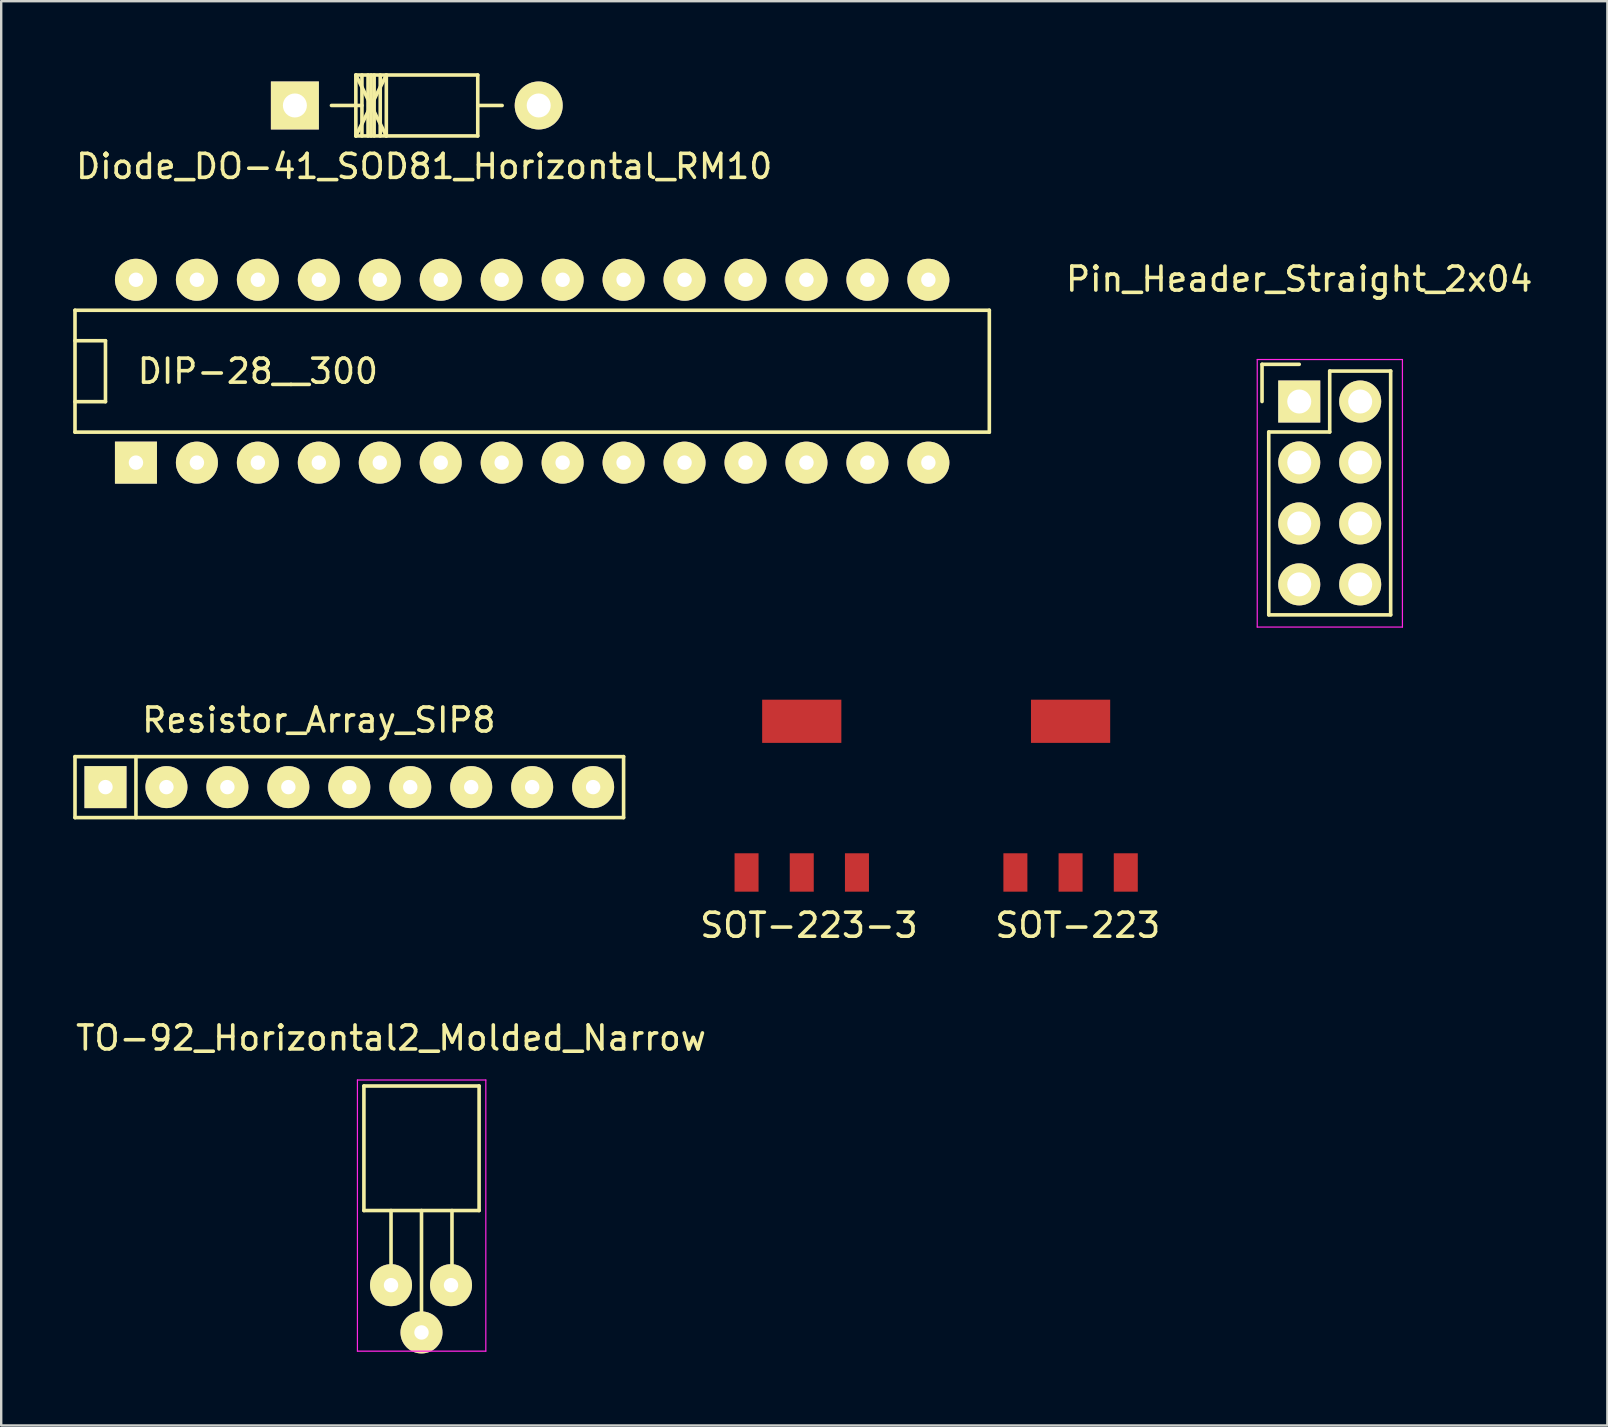
<source format=kicad_pcb>
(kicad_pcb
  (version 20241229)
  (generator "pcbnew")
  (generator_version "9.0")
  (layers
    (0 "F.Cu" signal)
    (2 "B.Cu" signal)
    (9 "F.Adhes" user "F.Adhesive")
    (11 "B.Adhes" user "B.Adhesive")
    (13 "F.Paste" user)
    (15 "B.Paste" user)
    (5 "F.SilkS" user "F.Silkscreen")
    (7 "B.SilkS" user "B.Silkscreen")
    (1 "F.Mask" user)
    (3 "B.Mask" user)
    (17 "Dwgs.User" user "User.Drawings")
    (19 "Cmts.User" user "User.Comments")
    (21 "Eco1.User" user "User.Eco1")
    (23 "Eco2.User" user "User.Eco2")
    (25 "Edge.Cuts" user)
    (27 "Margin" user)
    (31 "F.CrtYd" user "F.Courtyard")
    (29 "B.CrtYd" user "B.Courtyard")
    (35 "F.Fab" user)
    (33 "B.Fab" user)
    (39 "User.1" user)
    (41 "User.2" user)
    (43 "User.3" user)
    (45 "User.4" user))
  (footprint "Resistor_Array_SIP8"
    (layer "F.Cu")
    (at 11.505 29.749)
    (property "Reference" "Resistor_Array_SIP8" (at -1.27 -2.794 0) (layer "F.SilkS") (effects (font (size 1 1) (thickness 0.15))))
    (attr through_hole)
    (fp_line (start -11.43 1.27) (end -11.43 -1.27) (stroke (width 0.15) (type solid)) (layer "F.SilkS"))
    (fp_line (start -8.89 -1.27) (end -8.89 1.27) (stroke (width 0.15) (type solid)) (layer "F.SilkS"))
    (fp_line (start 11.43 -1.27) (end -11.43 -1.27) (stroke (width 0.15) (type solid)) (layer "F.SilkS"))
    (fp_line (start 11.43 -1.27) (end 11.43 1.27) (stroke (width 0.15) (type solid)) (layer "F.SilkS"))
    (fp_line (start 11.43 1.27) (end -11.43 1.27) (stroke (width 0.15) (type solid)) (layer "F.SilkS"))
    (pad "1" thru_hole rect (at -10.16 0) (size 1.75 1.75) (drill 0.6) (layers "*.Cu" "*.Mask" "F.SilkS"))
    (pad "2" thru_hole circle (at -7.62 0) (size 1.75 1.75) (drill 0.6) (layers "*.Cu" "*.Mask" "F.SilkS"))
    (pad "3" thru_hole circle (at -5.08 0) (size 1.75 1.75) (drill 0.6) (layers "*.Cu" "*.Mask" "F.SilkS"))
    (pad "4" thru_hole circle (at -2.54 0) (size 1.75 1.75) (drill 0.6) (layers "*.Cu" "*.Mask" "F.SilkS"))
    (pad "5" thru_hole circle (at 0 0) (size 1.75 1.75) (drill 0.6) (layers "*.Cu" "*.Mask" "F.SilkS"))
    (pad "6" thru_hole circle (at 2.54 0) (size 1.75 1.75) (drill 0.6) (layers "*.Cu" "*.Mask" "F.SilkS"))
    (pad "7" thru_hole circle (at 5.08 0) (size 1.75 1.75) (drill 0.6) (layers "*.Cu" "*.Mask" "F.SilkS"))
    (pad "8" thru_hole circle (at 7.62 0) (size 1.75 1.75) (drill 0.6) (layers "*.Cu" "*.Mask" "F.SilkS"))
    (pad "9" thru_hole circle (at 10.16 0) (size 1.75 1.75) (drill 0.6) (layers "*.Cu" "*.Mask" "F.SilkS")))
  (footprint "SOT-223-3"
    (layer "F.Cu")
    (at 30.359 30.206)
    (property "Reference" "SOT-223-3" (at 0.3 5.3 0) (layer "F.SilkS") (effects (font (size 1 1) (thickness 0.15))))
    (attr through_hole)
    (pad "D" smd rect (at 0 -3.2) (size 3.3 1.8) (layers "F.Cu" "F.Mask" "F.Paste"))
    (pad "D" smd rect (at 0 3.1) (size 1 1.6) (layers "F.Cu" "F.Mask" "F.Paste"))
    (pad "G" smd rect (at -2.3 3.1) (size 1 1.6) (layers "F.Cu" "F.Mask" "F.Paste"))
    (pad "S" smd rect (at 2.3 3.1) (size 1 1.6) (layers "F.Cu" "F.Mask" "F.Paste")))
  (footprint "Diode_DO-41_SOD81_Horizontal_RM10"
    (layer "F.Cu")
    (at 9.238 1.348)
    (property "Reference" "Diode_DO-41_SOD81_Horizontal_RM10" (at 5.387 2.537 0) (layer "F.SilkS") (effects (font (size 1 1) (thickness 0.15))))
    (attr through_hole)
    (fp_line (start 2.54 -1.273) (end 3.81 1.267) (stroke (width 0.15) (type solid)) (layer "F.SilkS"))
    (fp_line (start 2.54 -1.273) (end 7.62 -1.273) (stroke (width 0.15) (type solid)) (layer "F.SilkS"))
    (fp_line (start 2.54 1.267) (end 2.54 -1.273) (stroke (width 0.15) (type solid)) (layer "F.SilkS"))
    (fp_line (start 2.794 -1.273) (end 2.794 1.267) (stroke (width 0.15) (type solid)) (layer "F.SilkS"))
    (fp_line (start 2.794 -0.003) (end 1.524 -0.003) (stroke (width 0.15) (type solid)) (layer "F.SilkS"))
    (fp_line (start 3.048 -1.273) (end 3.048 1.267) (stroke (width 0.15) (type solid)) (layer "F.SilkS"))
    (fp_line (start 3.175 -1.273) (end 3.175 1.267) (stroke (width 0.15) (type solid)) (layer "F.SilkS"))
    (fp_line (start 3.302 -1.273) (end 3.302 1.267) (stroke (width 0.15) (type solid)) (layer "F.SilkS"))
    (fp_line (start 3.556 -1.273) (end 3.556 1.267) (stroke (width 0.15) (type solid)) (layer "F.SilkS"))
    (fp_line (start 3.81 -1.273) (end 2.54 1.267) (stroke (width 0.15) (type solid)) (layer "F.SilkS"))
    (fp_line (start 3.81 -1.273) (end 3.81 1.267) (stroke (width 0.15) (type solid)) (layer "F.SilkS"))
    (fp_line (start 7.62 -1.273) (end 7.62 1.267) (stroke (width 0.15) (type solid)) (layer "F.SilkS"))
    (fp_line (start 7.62 -0.003) (end 8.636 -0.003) (stroke (width 0.15) (type solid)) (layer "F.SilkS"))
    (fp_line (start 7.62 1.267) (end 2.54 1.267) (stroke (width 0.15) (type solid)) (layer "F.SilkS"))
    (pad "1" thru_hole rect (at 0 -0.003 180) (size 1.999 1.999) (drill 1) (layers "*.Cu" "*.Mask" "F.SilkS"))
    (pad "2" thru_hole circle (at 10.16 -0.003 180) (size 1.999 1.999) (drill 1) (layers "*.Cu" "*.Mask" "F.SilkS")))
  (footprint "DIP-28__300"
    (layer "F.Cu")
    (at 19.125 12.418)
    (property "Reference" "DIP-28__300" (at -11.43 0 0) (layer "F.SilkS") (effects (font (size 1 1) (thickness 0.15))))
    (attr through_hole)
    (fp_line (start -19.05 -2.54) (end 19.05 -2.54) (stroke (width 0.15) (type solid)) (layer "F.SilkS"))
    (fp_line (start -19.05 -1.27) (end -17.78 -1.27) (stroke (width 0.15) (type solid)) (layer "F.SilkS"))
    (fp_line (start -19.05 2.54) (end -19.05 -2.54) (stroke (width 0.15) (type solid)) (layer "F.SilkS"))
    (fp_line (start -17.78 -1.27) (end -17.78 1.27) (stroke (width 0.15) (type solid)) (layer "F.SilkS"))
    (fp_line (start -17.78 1.27) (end -19.05 1.27) (stroke (width 0.15) (type solid)) (layer "F.SilkS"))
    (fp_line (start 19.05 -2.54) (end 19.05 2.54) (stroke (width 0.15) (type solid)) (layer "F.SilkS"))
    (fp_line (start 19.05 2.54) (end -19.05 2.54) (stroke (width 0.15) (type solid)) (layer "F.SilkS"))
    (pad "1" thru_hole rect (at -16.51 3.81) (size 1.75 1.75) (drill 0.6) (layers "*.Cu" "*.Mask" "F.SilkS"))
    (pad "2" thru_hole circle (at -13.97 3.81) (size 1.75 1.75) (drill 0.6) (layers "*.Cu" "*.Mask" "F.SilkS"))
    (pad "3" thru_hole circle (at -11.43 3.81) (size 1.75 1.75) (drill 0.6) (layers "*.Cu" "*.Mask" "F.SilkS"))
    (pad "4" thru_hole circle (at -8.89 3.81) (size 1.75 1.75) (drill 0.6) (layers "*.Cu" "*.Mask" "F.SilkS"))
    (pad "5" thru_hole circle (at -6.35 3.81) (size 1.75 1.75) (drill 0.6) (layers "*.Cu" "*.Mask" "F.SilkS"))
    (pad "6" thru_hole circle (at -3.81 3.81) (size 1.75 1.75) (drill 0.6) (layers "*.Cu" "*.Mask" "F.SilkS"))
    (pad "7" thru_hole circle (at -1.27 3.81) (size 1.75 1.75) (drill 0.6) (layers "*.Cu" "*.Mask" "F.SilkS"))
    (pad "8" thru_hole circle (at 1.27 3.81) (size 1.75 1.75) (drill 0.6) (layers "*.Cu" "*.Mask" "F.SilkS"))
    (pad "9" thru_hole circle (at 3.81 3.81) (size 1.75 1.75) (drill 0.6) (layers "*.Cu" "*.Mask" "F.SilkS"))
    (pad "10" thru_hole circle (at 6.35 3.81) (size 1.75 1.75) (drill 0.6) (layers "*.Cu" "*.Mask" "F.SilkS"))
    (pad "11" thru_hole circle (at 8.89 3.81) (size 1.75 1.75) (drill 0.6) (layers "*.Cu" "*.Mask" "F.SilkS"))
    (pad "12" thru_hole circle (at 11.43 3.81) (size 1.75 1.75) (drill 0.6) (layers "*.Cu" "*.Mask" "F.SilkS"))
    (pad "13" thru_hole circle (at 13.97 3.81) (size 1.75 1.75) (drill 0.6) (layers "*.Cu" "*.Mask" "F.SilkS"))
    (pad "14" thru_hole circle (at 16.51 3.81) (size 1.75 1.75) (drill 0.6) (layers "*.Cu" "*.Mask" "F.SilkS"))
    (pad "15" thru_hole circle (at 16.51 -3.81) (size 1.75 1.75) (drill 0.6) (layers "*.Cu" "*.Mask" "F.SilkS"))
    (pad "16" thru_hole circle (at 13.97 -3.81) (size 1.75 1.75) (drill 0.6) (layers "*.Cu" "*.Mask" "F.SilkS"))
    (pad "17" thru_hole circle (at 11.43 -3.81) (size 1.75 1.75) (drill 0.6) (layers "*.Cu" "*.Mask" "F.SilkS"))
    (pad "18" thru_hole circle (at 8.89 -3.81) (size 1.75 1.75) (drill 0.6) (layers "*.Cu" "*.Mask" "F.SilkS"))
    (pad "19" thru_hole circle (at 6.35 -3.81) (size 1.75 1.75) (drill 0.6) (layers "*.Cu" "*.Mask" "F.SilkS"))
    (pad "20" thru_hole circle (at 3.81 -3.81) (size 1.75 1.75) (drill 0.6) (layers "*.Cu" "*.Mask" "F.SilkS"))
    (pad "21" thru_hole circle (at 1.27 -3.81) (size 1.75 1.75) (drill 0.6) (layers "*.Cu" "*.Mask" "F.SilkS"))
    (pad "22" thru_hole circle (at -1.27 -3.81) (size 1.75 1.75) (drill 0.6) (layers "*.Cu" "*.Mask" "F.SilkS"))
    (pad "23" thru_hole circle (at -3.81 -3.81) (size 1.75 1.75) (drill 0.6) (layers "*.Cu" "*.Mask" "F.SilkS"))
    (pad "24" thru_hole circle (at -6.35 -3.81) (size 1.75 1.75) (drill 0.6) (layers "*.Cu" "*.Mask" "F.SilkS"))
    (pad "25" thru_hole circle (at -8.89 -3.81) (size 1.75 1.75) (drill 0.6) (layers "*.Cu" "*.Mask" "F.SilkS"))
    (pad "26" thru_hole circle (at -11.43 -3.81) (size 1.75 1.75) (drill 0.6) (layers "*.Cu" "*.Mask" "F.SilkS"))
    (pad "27" thru_hole circle (at -13.97 -3.81) (size 1.75 1.75) (drill 0.6) (layers "*.Cu" "*.Mask" "F.SilkS"))
    (pad "28" thru_hole circle (at -16.51 -3.81) (size 1.75 1.75) (drill 0.6) (layers "*.Cu" "*.Mask" "F.SilkS")))
  (footprint "TO-92_Horizontal2_Molded_Narrow"
    (layer "F.Cu")
    (at 13.244 51.203)
    (property "Reference" "TO-92_Horizontal2_Molded_Narrow" (at 0 -11 180) (layer "F.SilkS") (effects (font (size 1 1) (thickness 0.15))))
    (attr through_hole)
    (fp_line (start -1.13 -9) (end 3.67 -9) (stroke (width 0.15) (type solid)) (layer "F.SilkS"))
    (fp_line (start -1.13 -3.81) (end -1.13 -9) (stroke (width 0.15) (type solid)) (layer "F.SilkS"))
    (fp_line (start 0 -1.016) (end 0 -3.81) (stroke (width 0.15) (type solid)) (layer "F.SilkS"))
    (fp_line (start 1.27 0.5) (end 1.27 -3.81) (stroke (width 0.15) (type solid)) (layer "F.SilkS"))
    (fp_line (start 2.54 -1.016) (end 2.54 -3.81) (stroke (width 0.15) (type solid)) (layer "F.SilkS"))
    (fp_line (start 3.67 -9) (end 3.67 -3.81) (stroke (width 0.15) (type solid)) (layer "F.SilkS"))
    (fp_line (start 3.67 -3.81) (end -1.13 -3.81) (stroke (width 0.15) (type solid)) (layer "F.SilkS"))
    (fp_line (start -1.4 -9.25) (end -1.4 2.05) (stroke (width 0.05) (type solid)) (layer "F.CrtYd"))
    (fp_line (start 3.95 -9.25) (end -1.4 -9.25) (stroke (width 0.05) (type solid)) (layer "F.CrtYd"))
    (fp_line (start 3.95 -9.25) (end 3.95 2.05) (stroke (width 0.05) (type solid)) (layer "F.CrtYd"))
    (fp_line (start 3.95 2.05) (end -1.4 2.05) (stroke (width 0.05) (type solid)) (layer "F.CrtYd"))
    (pad "1" thru_hole circle (at 0 -0.7 270) (size 1.75 1.75) (drill 0.6) (layers "*.Cu" "*.Mask" "F.SilkS"))
    (pad "2" thru_hole circle (at 1.27 1.27 270) (size 1.75 1.75) (drill 0.6) (layers "*.Cu" "*.Mask" "F.SilkS"))
    (pad "3" thru_hole circle (at 2.5 -0.7 270) (size 1.75 1.75) (drill 0.6) (layers "*.Cu" "*.Mask" "F.SilkS")))
  (footprint "SOT-223"
    (layer "F.Cu")
    (at 41.561 30.206)
    (property "Reference" "SOT-223" (at 0.3 5.3 0) (layer "F.SilkS") (effects (font (size 1 1) (thickness 0.15))))
    (attr through_hole)
    (pad "1" smd rect (at -2.3 3.1) (size 1 1.6) (layers "F.Cu" "F.Mask" "F.Paste"))
    (pad "2" smd rect (at 0 -3.2) (size 3.3 1.8) (layers "F.Cu" "F.Mask" "F.Paste"))
    (pad "2" smd rect (at 0 3.1) (size 1 1.6) (layers "F.Cu" "F.Mask" "F.Paste"))
    (pad "3" smd rect (at 2.3 3.1) (size 1 1.6) (layers "F.Cu" "F.Mask" "F.Paste")))
  (footprint "Pin_Header_Straight_2x04"
    (layer "F.Cu")
    (at 51.089 13.681)
    (property "Reference" "Pin_Header_Straight_2x04" (at 0 -5.1 0) (layer "F.SilkS") (effects (font (size 1 1) (thickness 0.15))))
    (attr through_hole)
    (fp_line (start -1.55 -1.55) (end -1.55 0) (stroke (width 0.15) (type solid)) (layer "F.SilkS"))
    (fp_line (start -1.27 1.27) (end -1.27 8.89) (stroke (width 0.15) (type solid)) (layer "F.SilkS"))
    (fp_line (start -1.27 8.89) (end 3.81 8.89) (stroke (width 0.15) (type solid)) (layer "F.SilkS"))
    (fp_line (start 0 -1.55) (end -1.55 -1.55) (stroke (width 0.15) (type solid)) (layer "F.SilkS"))
    (fp_line (start 1.27 -1.27) (end 1.27 1.27) (stroke (width 0.15) (type solid)) (layer "F.SilkS"))
    (fp_line (start 1.27 1.27) (end -1.27 1.27) (stroke (width 0.15) (type solid)) (layer "F.SilkS"))
    (fp_line (start 3.81 -1.27) (end 1.27 -1.27) (stroke (width 0.15) (type solid)) (layer "F.SilkS"))
    (fp_line (start 3.81 8.89) (end 3.81 -1.27) (stroke (width 0.15) (type solid)) (layer "F.SilkS"))
    (fp_line (start -1.75 -1.75) (end -1.75 9.4) (stroke (width 0.05) (type solid)) (layer "F.CrtYd"))
    (fp_line (start -1.75 -1.75) (end 4.3 -1.75) (stroke (width 0.05) (type solid)) (layer "F.CrtYd"))
    (fp_line (start -1.75 9.4) (end 4.3 9.4) (stroke (width 0.05) (type solid)) (layer "F.CrtYd"))
    (fp_line (start 4.3 -1.75) (end 4.3 9.4) (stroke (width 0.05) (type solid)) (layer "F.CrtYd"))
    (pad "1" thru_hole rect (at 0 0) (size 1.75 1.75) (drill 1) (layers "*.Cu" "*.Mask" "F.SilkS"))
    (pad "2" thru_hole circle (at 2.54 0) (size 1.75 1.75) (drill 1) (layers "*.Cu" "*.Mask" "F.SilkS"))
    (pad "3" thru_hole circle (at 0 2.54) (size 1.75 1.75) (drill 1) (layers "*.Cu" "*.Mask" "F.SilkS"))
    (pad "4" thru_hole circle (at 2.54 2.54) (size 1.75 1.75) (drill 1) (layers "*.Cu" "*.Mask" "F.SilkS"))
    (pad "5" thru_hole circle (at 0 5.08) (size 1.75 1.75) (drill 1) (layers "*.Cu" "*.Mask" "F.SilkS"))
    (pad "6" thru_hole circle (at 2.54 5.08) (size 1.75 1.75) (drill 1) (layers "*.Cu" "*.Mask" "F.SilkS"))
    (pad "7" thru_hole circle (at 0 7.62) (size 1.75 1.75) (drill 1) (layers "*.Cu" "*.Mask" "F.SilkS"))
    (pad "8" thru_hole circle (at 2.54 7.62) (size 1.75 1.75) (drill 1) (layers "*.Cu" "*.Mask" "F.SilkS")))
  (gr_rect
    (start -3 -3)
    (end 63.929 56.348)
    (stroke (width 0.1) (type default))
    (fill no)
    (layer "Edge.Cuts")))
</source>
